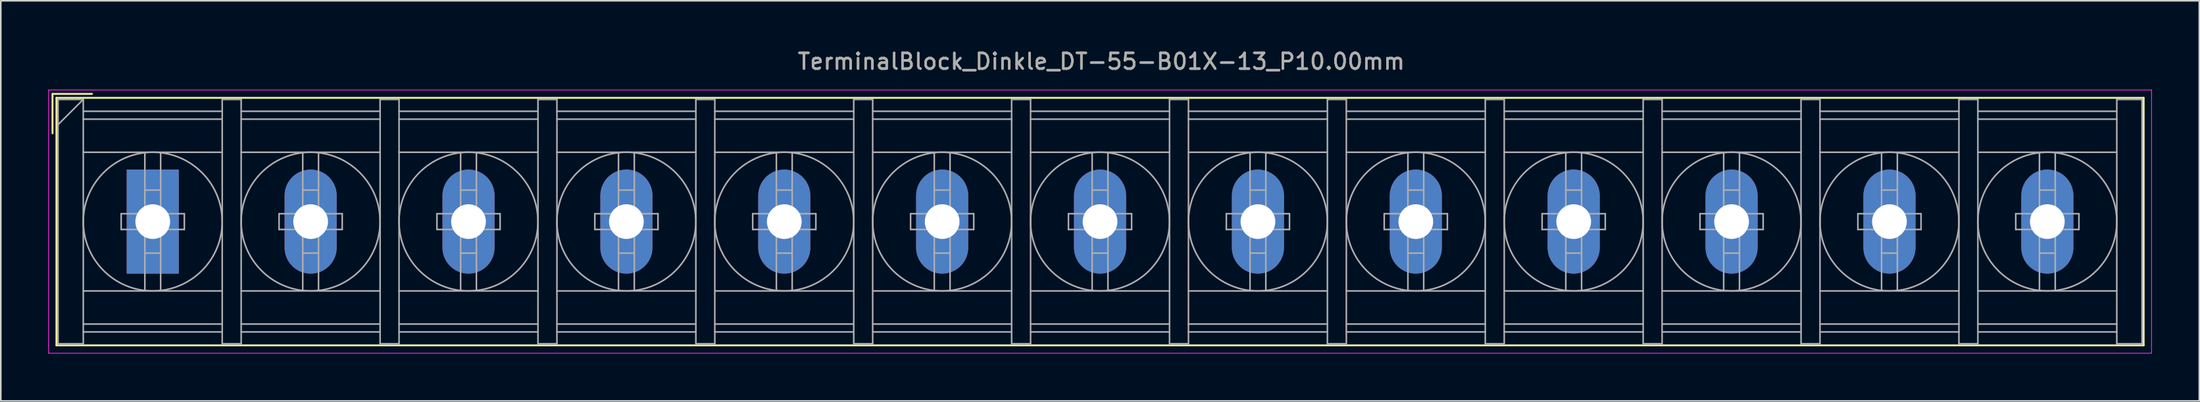
<source format=kicad_pcb>
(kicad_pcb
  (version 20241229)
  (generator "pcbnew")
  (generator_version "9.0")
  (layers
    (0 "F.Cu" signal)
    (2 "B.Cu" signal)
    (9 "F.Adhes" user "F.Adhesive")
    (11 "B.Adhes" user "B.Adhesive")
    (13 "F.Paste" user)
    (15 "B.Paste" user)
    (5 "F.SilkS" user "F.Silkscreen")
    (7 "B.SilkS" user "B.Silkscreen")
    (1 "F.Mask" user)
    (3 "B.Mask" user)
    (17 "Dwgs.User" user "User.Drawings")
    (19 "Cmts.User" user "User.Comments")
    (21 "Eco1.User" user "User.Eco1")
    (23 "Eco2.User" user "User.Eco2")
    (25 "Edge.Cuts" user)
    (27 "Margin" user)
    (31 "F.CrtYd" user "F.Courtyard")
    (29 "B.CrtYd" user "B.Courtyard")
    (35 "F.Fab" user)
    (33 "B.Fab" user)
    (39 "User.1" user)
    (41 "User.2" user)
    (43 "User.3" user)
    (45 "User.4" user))
  (footprint "TerminalBlock_Dinkle_DT-55-B01X-13_P10.00mm"
    (layer "F.Cu")
    (at 6.625 11.008)
    (property "Reference" "TerminalBlock_Dinkle_DT-55-B01X-13_P10.00mm" (at 60.08 -10.16 0) (layer "F.SilkS") (effects (font (size 1 1) (thickness 0.15))))
    (attr through_hole)
    (fp_line (start -6.35 -8.1) (end -3.85 -8.1) (stroke (width 0.12) (type solid)) (layer "F.SilkS"))
    (fp_line (start -6.35 -5.6) (end -6.35 -8.1) (stroke (width 0.12) (type solid)) (layer "F.SilkS"))
    (fp_line (start -6.1 -7.85) (end 126.1 -7.85) (stroke (width 0.12) (type solid)) (layer "F.SilkS"))
    (fp_line (start -6.1 7.85) (end -6.1 -7.85) (stroke (width 0.12) (type solid)) (layer "F.SilkS"))
    (fp_line (start -6.1 7.85) (end 126.1 7.85) (stroke (width 0.12) (type solid)) (layer "F.SilkS"))
    (fp_line (start 126.1 -7.85) (end 126.1 7.85) (stroke (width 0.12) (type solid)) (layer "F.SilkS"))
    (fp_line (start -6.6 -8.35) (end 126.6 -8.35) (stroke (width 0.05) (type solid)) (layer "F.CrtYd"))
    (fp_line (start -6.6 8.35) (end -6.6 -8.35) (stroke (width 0.05) (type solid)) (layer "F.CrtYd"))
    (fp_line (start -6.6 8.35) (end 126.6 8.35) (stroke (width 0.05) (type solid)) (layer "F.CrtYd"))
    (fp_line (start 126.6 -8.35) (end 126.6 8.35) (stroke (width 0.05) (type solid)) (layer "F.CrtYd"))
    (fp_line (start -6 -7.75) (end -6 7.75) (stroke (width 0.1) (type solid)) (layer "F.Fab"))
    (fp_line (start -6 -7.75) (end -4.4 -7.75) (stroke (width 0.1) (type solid)) (layer "F.Fab"))
    (fp_line (start -6 7.75) (end -4.4 7.75) (stroke (width 0.1) (type solid)) (layer "F.Fab"))
    (fp_line (start -4.4 -7.75) (end -6 -6.15) (stroke (width 0.1) (type solid)) (layer "F.Fab"))
    (fp_line (start -4.4 -7.75) (end -4.4 7.75) (stroke (width 0.1) (type solid)) (layer "F.Fab"))
    (fp_line (start -4.4 -7) (end 4.4 -7) (stroke (width 0.1) (type solid)) (layer "F.Fab"))
    (fp_line (start -4.4 -6.5) (end 4.4 -6.5) (stroke (width 0.1) (type solid)) (layer "F.Fab"))
    (fp_line (start -4.4 -4.4) (end 4.4 -4.4) (stroke (width 0.1) (type solid)) (layer "F.Fab"))
    (fp_line (start -4.4 4.4) (end 4.4 4.4) (stroke (width 0.1) (type solid)) (layer "F.Fab"))
    (fp_line (start -4.4 6.5) (end 4.4 6.5) (stroke (width 0.1) (type solid)) (layer "F.Fab"))
    (fp_line (start -4.4 7) (end 4.4 7) (stroke (width 0.1) (type solid)) (layer "F.Fab"))
    (fp_line (start -2 -0.5) (end -2 0.5) (stroke (width 0.1) (type solid)) (layer "F.Fab"))
    (fp_line (start -2 0.5) (end -0.5 0.5) (stroke (width 0.1) (type solid)) (layer "F.Fab"))
    (fp_line (start -0.5 -4.35) (end -0.5 -0.5) (stroke (width 0.1) (type solid)) (layer "F.Fab"))
    (fp_line (start -0.5 -2) (end 0.5 -2) (stroke (width 0.1) (type solid)) (layer "F.Fab"))
    (fp_line (start -0.5 -0.5) (end -2 -0.5) (stroke (width 0.1) (type solid)) (layer "F.Fab"))
    (fp_line (start -0.5 0.5) (end -0.5 4.35) (stroke (width 0.1) (type solid)) (layer "F.Fab"))
    (fp_line (start -0.5 2) (end 0.5 2) (stroke (width 0.1) (type solid)) (layer "F.Fab"))
    (fp_line (start 0.5 -4.35) (end 0.5 -0.5) (stroke (width 0.1) (type solid)) (layer "F.Fab"))
    (fp_line (start 0.5 -0.5) (end 2 -0.5) (stroke (width 0.1) (type solid)) (layer "F.Fab"))
    (fp_line (start 0.5 0.5) (end 0.5 4.35) (stroke (width 0.1) (type solid)) (layer "F.Fab"))
    (fp_line (start 2 -0.5) (end 2 0.5) (stroke (width 0.1) (type solid)) (layer "F.Fab"))
    (fp_line (start 2 0.5) (end 0.5 0.5) (stroke (width 0.1) (type solid)) (layer "F.Fab"))
    (fp_line (start 4.4 -7.75) (end 4.4 7.75) (stroke (width 0.1) (type solid)) (layer "F.Fab"))
    (fp_line (start 4.4 -7.75) (end 5.6 -7.75) (stroke (width 0.1) (type solid)) (layer "F.Fab"))
    (fp_line (start 4.4 7.75) (end 5.6 7.75) (stroke (width 0.1) (type solid)) (layer "F.Fab"))
    (fp_line (start 5.6 -7.75) (end 5.6 7.75) (stroke (width 0.1) (type solid)) (layer "F.Fab"))
    (fp_line (start 5.6 -7) (end 14.4 -7) (stroke (width 0.1) (type solid)) (layer "F.Fab"))
    (fp_line (start 5.6 -6.5) (end 14.4 -6.5) (stroke (width 0.1) (type solid)) (layer "F.Fab"))
    (fp_line (start 5.6 -4.4) (end 14.4 -4.4) (stroke (width 0.1) (type solid)) (layer "F.Fab"))
    (fp_line (start 5.6 4.4) (end 14.4 4.4) (stroke (width 0.1) (type solid)) (layer "F.Fab"))
    (fp_line (start 5.6 6.5) (end 14.4 6.5) (stroke (width 0.1) (type solid)) (layer "F.Fab"))
    (fp_line (start 5.6 7) (end 14.4 7) (stroke (width 0.1) (type solid)) (layer "F.Fab"))
    (fp_line (start 8 -0.5) (end 8 0.5) (stroke (width 0.1) (type solid)) (layer "F.Fab"))
    (fp_line (start 8 0.5) (end 9.5 0.5) (stroke (width 0.1) (type solid)) (layer "F.Fab"))
    (fp_line (start 9.5 -4.35) (end 9.5 -0.5) (stroke (width 0.1) (type solid)) (layer "F.Fab"))
    (fp_line (start 9.5 -2) (end 10.5 -2) (stroke (width 0.1) (type solid)) (layer "F.Fab"))
    (fp_line (start 9.5 -0.5) (end 8 -0.5) (stroke (width 0.1) (type solid)) (layer "F.Fab"))
    (fp_line (start 9.5 0.5) (end 9.5 4.35) (stroke (width 0.1) (type solid)) (layer "F.Fab"))
    (fp_line (start 9.5 2) (end 10.5 2) (stroke (width 0.1) (type solid)) (layer "F.Fab"))
    (fp_line (start 10.5 -4.35) (end 10.5 -0.5) (stroke (width 0.1) (type solid)) (layer "F.Fab"))
    (fp_line (start 10.5 -0.5) (end 12 -0.5) (stroke (width 0.1) (type solid)) (layer "F.Fab"))
    (fp_line (start 10.5 0.5) (end 10.5 4.35) (stroke (width 0.1) (type solid)) (layer "F.Fab"))
    (fp_line (start 12 -0.5) (end 12 0.5) (stroke (width 0.1) (type solid)) (layer "F.Fab"))
    (fp_line (start 12 0.5) (end 10.5 0.5) (stroke (width 0.1) (type solid)) (layer "F.Fab"))
    (fp_line (start 14.4 -7.75) (end 14.4 7.75) (stroke (width 0.1) (type solid)) (layer "F.Fab"))
    (fp_line (start 14.4 -7.75) (end 15.6 -7.75) (stroke (width 0.1) (type solid)) (layer "F.Fab"))
    (fp_line (start 14.4 7.75) (end 15.6 7.75) (stroke (width 0.1) (type solid)) (layer "F.Fab"))
    (fp_line (start 15.6 -7.75) (end 15.6 7.75) (stroke (width 0.1) (type solid)) (layer "F.Fab"))
    (fp_line (start 15.6 -7) (end 24.4 -7) (stroke (width 0.1) (type solid)) (layer "F.Fab"))
    (fp_line (start 15.6 -6.5) (end 24.4 -6.5) (stroke (width 0.1) (type solid)) (layer "F.Fab"))
    (fp_line (start 15.6 -4.4) (end 24.4 -4.4) (stroke (width 0.1) (type solid)) (layer "F.Fab"))
    (fp_line (start 15.6 4.4) (end 24.4 4.4) (stroke (width 0.1) (type solid)) (layer "F.Fab"))
    (fp_line (start 15.6 6.5) (end 24.4 6.5) (stroke (width 0.1) (type solid)) (layer "F.Fab"))
    (fp_line (start 15.6 7) (end 24.4 7) (stroke (width 0.1) (type solid)) (layer "F.Fab"))
    (fp_line (start 18 -0.5) (end 18 0.5) (stroke (width 0.1) (type solid)) (layer "F.Fab"))
    (fp_line (start 18 0.5) (end 19.5 0.5) (stroke (width 0.1) (type solid)) (layer "F.Fab"))
    (fp_line (start 19.5 -4.35) (end 19.5 -0.5) (stroke (width 0.1) (type solid)) (layer "F.Fab"))
    (fp_line (start 19.5 -2) (end 20.5 -2) (stroke (width 0.1) (type solid)) (layer "F.Fab"))
    (fp_line (start 19.5 -0.5) (end 18 -0.5) (stroke (width 0.1) (type solid)) (layer "F.Fab"))
    (fp_line (start 19.5 0.5) (end 19.5 4.35) (stroke (width 0.1) (type solid)) (layer "F.Fab"))
    (fp_line (start 19.5 2) (end 20.5 2) (stroke (width 0.1) (type solid)) (layer "F.Fab"))
    (fp_line (start 20.5 -4.35) (end 20.5 -0.5) (stroke (width 0.1) (type solid)) (layer "F.Fab"))
    (fp_line (start 20.5 -0.5) (end 22 -0.5) (stroke (width 0.1) (type solid)) (layer "F.Fab"))
    (fp_line (start 20.5 0.5) (end 20.5 4.35) (stroke (width 0.1) (type solid)) (layer "F.Fab"))
    (fp_line (start 22 -0.5) (end 22 0.5) (stroke (width 0.1) (type solid)) (layer "F.Fab"))
    (fp_line (start 22 0.5) (end 20.5 0.5) (stroke (width 0.1) (type solid)) (layer "F.Fab"))
    (fp_line (start 24.4 -7.75) (end 24.4 7.75) (stroke (width 0.1) (type solid)) (layer "F.Fab"))
    (fp_line (start 24.4 -7.75) (end 25.6 -7.75) (stroke (width 0.1) (type solid)) (layer "F.Fab"))
    (fp_line (start 24.4 7.75) (end 25.6 7.75) (stroke (width 0.1) (type solid)) (layer "F.Fab"))
    (fp_line (start 25.6 -7.75) (end 25.6 7.75) (stroke (width 0.1) (type solid)) (layer "F.Fab"))
    (fp_line (start 25.6 -7) (end 34.4 -7) (stroke (width 0.1) (type solid)) (layer "F.Fab"))
    (fp_line (start 25.6 -6.5) (end 34.4 -6.5) (stroke (width 0.1) (type solid)) (layer "F.Fab"))
    (fp_line (start 25.6 -4.4) (end 34.4 -4.4) (stroke (width 0.1) (type solid)) (layer "F.Fab"))
    (fp_line (start 25.6 4.4) (end 34.4 4.4) (stroke (width 0.1) (type solid)) (layer "F.Fab"))
    (fp_line (start 25.6 6.5) (end 34.4 6.5) (stroke (width 0.1) (type solid)) (layer "F.Fab"))
    (fp_line (start 25.6 7) (end 34.4 7) (stroke (width 0.1) (type solid)) (layer "F.Fab"))
    (fp_line (start 28 -0.5) (end 28 0.5) (stroke (width 0.1) (type solid)) (layer "F.Fab"))
    (fp_line (start 28 0.5) (end 29.5 0.5) (stroke (width 0.1) (type solid)) (layer "F.Fab"))
    (fp_line (start 29.5 -4.35) (end 29.5 -0.5) (stroke (width 0.1) (type solid)) (layer "F.Fab"))
    (fp_line (start 29.5 -2) (end 30.5 -2) (stroke (width 0.1) (type solid)) (layer "F.Fab"))
    (fp_line (start 29.5 -0.5) (end 28 -0.5) (stroke (width 0.1) (type solid)) (layer "F.Fab"))
    (fp_line (start 29.5 0.5) (end 29.5 4.35) (stroke (width 0.1) (type solid)) (layer "F.Fab"))
    (fp_line (start 29.5 2) (end 30.5 2) (stroke (width 0.1) (type solid)) (layer "F.Fab"))
    (fp_line (start 30.5 -4.35) (end 30.5 -0.5) (stroke (width 0.1) (type solid)) (layer "F.Fab"))
    (fp_line (start 30.5 -0.5) (end 32 -0.5) (stroke (width 0.1) (type solid)) (layer "F.Fab"))
    (fp_line (start 30.5 0.5) (end 30.5 4.35) (stroke (width 0.1) (type solid)) (layer "F.Fab"))
    (fp_line (start 32 -0.5) (end 32 0.5) (stroke (width 0.1) (type solid)) (layer "F.Fab"))
    (fp_line (start 32 0.5) (end 30.5 0.5) (stroke (width 0.1) (type solid)) (layer "F.Fab"))
    (fp_line (start 34.4 -7.75) (end 34.4 7.75) (stroke (width 0.1) (type solid)) (layer "F.Fab"))
    (fp_line (start 34.4 -7.75) (end 35.6 -7.75) (stroke (width 0.1) (type solid)) (layer "F.Fab"))
    (fp_line (start 34.4 7.75) (end 35.6 7.75) (stroke (width 0.1) (type solid)) (layer "F.Fab"))
    (fp_line (start 35.6 -7.75) (end 35.6 7.75) (stroke (width 0.1) (type solid)) (layer "F.Fab"))
    (fp_line (start 35.6 -7) (end 44.4 -7) (stroke (width 0.1) (type solid)) (layer "F.Fab"))
    (fp_line (start 35.6 -6.5) (end 44.4 -6.5) (stroke (width 0.1) (type solid)) (layer "F.Fab"))
    (fp_line (start 35.6 -4.4) (end 44.4 -4.4) (stroke (width 0.1) (type solid)) (layer "F.Fab"))
    (fp_line (start 35.6 4.4) (end 44.4 4.4) (stroke (width 0.1) (type solid)) (layer "F.Fab"))
    (fp_line (start 35.6 6.5) (end 44.4 6.5) (stroke (width 0.1) (type solid)) (layer "F.Fab"))
    (fp_line (start 35.6 7) (end 44.4 7) (stroke (width 0.1) (type solid)) (layer "F.Fab"))
    (fp_line (start 38 -0.5) (end 38 0.5) (stroke (width 0.1) (type solid)) (layer "F.Fab"))
    (fp_line (start 38 0.5) (end 39.5 0.5) (stroke (width 0.1) (type solid)) (layer "F.Fab"))
    (fp_line (start 39.5 -4.35) (end 39.5 -0.5) (stroke (width 0.1) (type solid)) (layer "F.Fab"))
    (fp_line (start 39.5 -2) (end 40.5 -2) (stroke (width 0.1) (type solid)) (layer "F.Fab"))
    (fp_line (start 39.5 -0.5) (end 38 -0.5) (stroke (width 0.1) (type solid)) (layer "F.Fab"))
    (fp_line (start 39.5 0.5) (end 39.5 4.35) (stroke (width 0.1) (type solid)) (layer "F.Fab"))
    (fp_line (start 39.5 2) (end 40.5 2) (stroke (width 0.1) (type solid)) (layer "F.Fab"))
    (fp_line (start 40.5 -4.35) (end 40.5 -0.5) (stroke (width 0.1) (type solid)) (layer "F.Fab"))
    (fp_line (start 40.5 -0.5) (end 42 -0.5) (stroke (width 0.1) (type solid)) (layer "F.Fab"))
    (fp_line (start 40.5 0.5) (end 40.5 4.35) (stroke (width 0.1) (type solid)) (layer "F.Fab"))
    (fp_line (start 42 -0.5) (end 42 0.5) (stroke (width 0.1) (type solid)) (layer "F.Fab"))
    (fp_line (start 42 0.5) (end 40.5 0.5) (stroke (width 0.1) (type solid)) (layer "F.Fab"))
    (fp_line (start 44.4 -7.75) (end 44.4 7.75) (stroke (width 0.1) (type solid)) (layer "F.Fab"))
    (fp_line (start 44.4 -7.75) (end 45.6 -7.75) (stroke (width 0.1) (type solid)) (layer "F.Fab"))
    (fp_line (start 44.4 7.75) (end 45.6 7.75) (stroke (width 0.1) (type solid)) (layer "F.Fab"))
    (fp_line (start 45.6 -7.75) (end 45.6 7.75) (stroke (width 0.1) (type solid)) (layer "F.Fab"))
    (fp_line (start 45.6 -7) (end 54.4 -7) (stroke (width 0.1) (type solid)) (layer "F.Fab"))
    (fp_line (start 45.6 -6.5) (end 54.4 -6.5) (stroke (width 0.1) (type solid)) (layer "F.Fab"))
    (fp_line (start 45.6 -4.4) (end 54.4 -4.4) (stroke (width 0.1) (type solid)) (layer "F.Fab"))
    (fp_line (start 45.6 4.4) (end 54.4 4.4) (stroke (width 0.1) (type solid)) (layer "F.Fab"))
    (fp_line (start 45.6 6.5) (end 54.4 6.5) (stroke (width 0.1) (type solid)) (layer "F.Fab"))
    (fp_line (start 45.6 7) (end 54.4 7) (stroke (width 0.1) (type solid)) (layer "F.Fab"))
    (fp_line (start 48 -0.5) (end 48 0.5) (stroke (width 0.1) (type solid)) (layer "F.Fab"))
    (fp_line (start 48 0.5) (end 49.5 0.5) (stroke (width 0.1) (type solid)) (layer "F.Fab"))
    (fp_line (start 49.5 -4.35) (end 49.5 -0.5) (stroke (width 0.1) (type solid)) (layer "F.Fab"))
    (fp_line (start 49.5 -2) (end 50.5 -2) (stroke (width 0.1) (type solid)) (layer "F.Fab"))
    (fp_line (start 49.5 -0.5) (end 48 -0.5) (stroke (width 0.1) (type solid)) (layer "F.Fab"))
    (fp_line (start 49.5 0.5) (end 49.5 4.35) (stroke (width 0.1) (type solid)) (layer "F.Fab"))
    (fp_line (start 49.5 2) (end 50.5 2) (stroke (width 0.1) (type solid)) (layer "F.Fab"))
    (fp_line (start 50.5 -4.35) (end 50.5 -0.5) (stroke (width 0.1) (type solid)) (layer "F.Fab"))
    (fp_line (start 50.5 -0.5) (end 52 -0.5) (stroke (width 0.1) (type solid)) (layer "F.Fab"))
    (fp_line (start 50.5 0.5) (end 50.5 4.35) (stroke (width 0.1) (type solid)) (layer "F.Fab"))
    (fp_line (start 52 -0.5) (end 52 0.5) (stroke (width 0.1) (type solid)) (layer "F.Fab"))
    (fp_line (start 52 0.5) (end 50.5 0.5) (stroke (width 0.1) (type solid)) (layer "F.Fab"))
    (fp_line (start 54.4 -7.75) (end 54.4 7.75) (stroke (width 0.1) (type solid)) (layer "F.Fab"))
    (fp_line (start 54.4 -7.75) (end 55.6 -7.75) (stroke (width 0.1) (type solid)) (layer "F.Fab"))
    (fp_line (start 54.4 7.75) (end 55.6 7.75) (stroke (width 0.1) (type solid)) (layer "F.Fab"))
    (fp_line (start 55.6 -7.75) (end 55.6 7.75) (stroke (width 0.1) (type solid)) (layer "F.Fab"))
    (fp_line (start 55.6 -7) (end 64.4 -7) (stroke (width 0.1) (type solid)) (layer "F.Fab"))
    (fp_line (start 55.6 -6.5) (end 64.4 -6.5) (stroke (width 0.1) (type solid)) (layer "F.Fab"))
    (fp_line (start 55.6 -4.4) (end 64.4 -4.4) (stroke (width 0.1) (type solid)) (layer "F.Fab"))
    (fp_line (start 55.6 4.4) (end 64.4 4.4) (stroke (width 0.1) (type solid)) (layer "F.Fab"))
    (fp_line (start 55.6 6.5) (end 64.4 6.5) (stroke (width 0.1) (type solid)) (layer "F.Fab"))
    (fp_line (start 55.6 7) (end 64.4 7) (stroke (width 0.1) (type solid)) (layer "F.Fab"))
    (fp_line (start 58 -0.5) (end 58 0.5) (stroke (width 0.1) (type solid)) (layer "F.Fab"))
    (fp_line (start 58 0.5) (end 59.5 0.5) (stroke (width 0.1) (type solid)) (layer "F.Fab"))
    (fp_line (start 59.5 -4.35) (end 59.5 -0.5) (stroke (width 0.1) (type solid)) (layer "F.Fab"))
    (fp_line (start 59.5 -2) (end 60.5 -2) (stroke (width 0.1) (type solid)) (layer "F.Fab"))
    (fp_line (start 59.5 -0.5) (end 58 -0.5) (stroke (width 0.1) (type solid)) (layer "F.Fab"))
    (fp_line (start 59.5 0.5) (end 59.5 4.35) (stroke (width 0.1) (type solid)) (layer "F.Fab"))
    (fp_line (start 59.5 2) (end 60.5 2) (stroke (width 0.1) (type solid)) (layer "F.Fab"))
    (fp_line (start 60.5 -4.35) (end 60.5 -0.5) (stroke (width 0.1) (type solid)) (layer "F.Fab"))
    (fp_line (start 60.5 -0.5) (end 62 -0.5) (stroke (width 0.1) (type solid)) (layer "F.Fab"))
    (fp_line (start 60.5 0.5) (end 60.5 4.35) (stroke (width 0.1) (type solid)) (layer "F.Fab"))
    (fp_line (start 62 -0.5) (end 62 0.5) (stroke (width 0.1) (type solid)) (layer "F.Fab"))
    (fp_line (start 62 0.5) (end 60.5 0.5) (stroke (width 0.1) (type solid)) (layer "F.Fab"))
    (fp_line (start 64.4 -7.75) (end 64.4 7.75) (stroke (width 0.1) (type solid)) (layer "F.Fab"))
    (fp_line (start 64.4 -7.75) (end 65.6 -7.75) (stroke (width 0.1) (type solid)) (layer "F.Fab"))
    (fp_line (start 64.4 7.75) (end 65.6 7.75) (stroke (width 0.1) (type solid)) (layer "F.Fab"))
    (fp_line (start 65.6 -7.75) (end 65.6 7.75) (stroke (width 0.1) (type solid)) (layer "F.Fab"))
    (fp_line (start 65.6 -7) (end 74.4 -7) (stroke (width 0.1) (type solid)) (layer "F.Fab"))
    (fp_line (start 65.6 -6.5) (end 74.4 -6.5) (stroke (width 0.1) (type solid)) (layer "F.Fab"))
    (fp_line (start 65.6 -4.4) (end 74.4 -4.4) (stroke (width 0.1) (type solid)) (layer "F.Fab"))
    (fp_line (start 65.6 4.4) (end 74.4 4.4) (stroke (width 0.1) (type solid)) (layer "F.Fab"))
    (fp_line (start 65.6 6.5) (end 74.4 6.5) (stroke (width 0.1) (type solid)) (layer "F.Fab"))
    (fp_line (start 65.6 7) (end 74.4 7) (stroke (width 0.1) (type solid)) (layer "F.Fab"))
    (fp_line (start 68 -0.5) (end 68 0.5) (stroke (width 0.1) (type solid)) (layer "F.Fab"))
    (fp_line (start 68 0.5) (end 69.5 0.5) (stroke (width 0.1) (type solid)) (layer "F.Fab"))
    (fp_line (start 69.5 -4.35) (end 69.5 -0.5) (stroke (width 0.1) (type solid)) (layer "F.Fab"))
    (fp_line (start 69.5 -2) (end 70.5 -2) (stroke (width 0.1) (type solid)) (layer "F.Fab"))
    (fp_line (start 69.5 -0.5) (end 68 -0.5) (stroke (width 0.1) (type solid)) (layer "F.Fab"))
    (fp_line (start 69.5 0.5) (end 69.5 4.35) (stroke (width 0.1) (type solid)) (layer "F.Fab"))
    (fp_line (start 69.5 2) (end 70.5 2) (stroke (width 0.1) (type solid)) (layer "F.Fab"))
    (fp_line (start 70.5 -4.35) (end 70.5 -0.5) (stroke (width 0.1) (type solid)) (layer "F.Fab"))
    (fp_line (start 70.5 -0.5) (end 72 -0.5) (stroke (width 0.1) (type solid)) (layer "F.Fab"))
    (fp_line (start 70.5 0.5) (end 70.5 4.35) (stroke (width 0.1) (type solid)) (layer "F.Fab"))
    (fp_line (start 72 -0.5) (end 72 0.5) (stroke (width 0.1) (type solid)) (layer "F.Fab"))
    (fp_line (start 72 0.5) (end 70.5 0.5) (stroke (width 0.1) (type solid)) (layer "F.Fab"))
    (fp_line (start 74.4 -7.75) (end 74.4 7.75) (stroke (width 0.1) (type solid)) (layer "F.Fab"))
    (fp_line (start 74.4 -7.75) (end 75.6 -7.75) (stroke (width 0.1) (type solid)) (layer "F.Fab"))
    (fp_line (start 74.4 7.75) (end 75.6 7.75) (stroke (width 0.1) (type solid)) (layer "F.Fab"))
    (fp_line (start 75.6 -7.75) (end 75.6 7.75) (stroke (width 0.1) (type solid)) (layer "F.Fab"))
    (fp_line (start 75.6 -7) (end 84.4 -7) (stroke (width 0.1) (type solid)) (layer "F.Fab"))
    (fp_line (start 75.6 -6.5) (end 84.4 -6.5) (stroke (width 0.1) (type solid)) (layer "F.Fab"))
    (fp_line (start 75.6 -4.4) (end 84.4 -4.4) (stroke (width 0.1) (type solid)) (layer "F.Fab"))
    (fp_line (start 75.6 4.4) (end 84.4 4.4) (stroke (width 0.1) (type solid)) (layer "F.Fab"))
    (fp_line (start 75.6 6.5) (end 84.4 6.5) (stroke (width 0.1) (type solid)) (layer "F.Fab"))
    (fp_line (start 75.6 7) (end 84.4 7) (stroke (width 0.1) (type solid)) (layer "F.Fab"))
    (fp_line (start 78 -0.5) (end 78 0.5) (stroke (width 0.1) (type solid)) (layer "F.Fab"))
    (fp_line (start 78 0.5) (end 79.5 0.5) (stroke (width 0.1) (type solid)) (layer "F.Fab"))
    (fp_line (start 79.5 -4.35) (end 79.5 -0.5) (stroke (width 0.1) (type solid)) (layer "F.Fab"))
    (fp_line (start 79.5 -2) (end 80.5 -2) (stroke (width 0.1) (type solid)) (layer "F.Fab"))
    (fp_line (start 79.5 -0.5) (end 78 -0.5) (stroke (width 0.1) (type solid)) (layer "F.Fab"))
    (fp_line (start 79.5 0.5) (end 79.5 4.35) (stroke (width 0.1) (type solid)) (layer "F.Fab"))
    (fp_line (start 79.5 2) (end 80.5 2) (stroke (width 0.1) (type solid)) (layer "F.Fab"))
    (fp_line (start 80.5 -4.35) (end 80.5 -0.5) (stroke (width 0.1) (type solid)) (layer "F.Fab"))
    (fp_line (start 80.5 -0.5) (end 82 -0.5) (stroke (width 0.1) (type solid)) (layer "F.Fab"))
    (fp_line (start 80.5 0.5) (end 80.5 4.35) (stroke (width 0.1) (type solid)) (layer "F.Fab"))
    (fp_line (start 82 -0.5) (end 82 0.5) (stroke (width 0.1) (type solid)) (layer "F.Fab"))
    (fp_line (start 82 0.5) (end 80.5 0.5) (stroke (width 0.1) (type solid)) (layer "F.Fab"))
    (fp_line (start 84.4 -7.75) (end 84.4 7.75) (stroke (width 0.1) (type solid)) (layer "F.Fab"))
    (fp_line (start 84.4 -7.75) (end 85.6 -7.75) (stroke (width 0.1) (type solid)) (layer "F.Fab"))
    (fp_line (start 84.4 7.75) (end 85.6 7.75) (stroke (width 0.1) (type solid)) (layer "F.Fab"))
    (fp_line (start 85.6 -7.75) (end 85.6 7.75) (stroke (width 0.1) (type solid)) (layer "F.Fab"))
    (fp_line (start 85.6 -7) (end 94.4 -7) (stroke (width 0.1) (type solid)) (layer "F.Fab"))
    (fp_line (start 85.6 -6.5) (end 94.4 -6.5) (stroke (width 0.1) (type solid)) (layer "F.Fab"))
    (fp_line (start 85.6 -4.4) (end 94.4 -4.4) (stroke (width 0.1) (type solid)) (layer "F.Fab"))
    (fp_line (start 85.6 4.4) (end 94.4 4.4) (stroke (width 0.1) (type solid)) (layer "F.Fab"))
    (fp_line (start 85.6 6.5) (end 94.4 6.5) (stroke (width 0.1) (type solid)) (layer "F.Fab"))
    (fp_line (start 85.6 7) (end 94.4 7) (stroke (width 0.1) (type solid)) (layer "F.Fab"))
    (fp_line (start 88 -0.5) (end 88 0.5) (stroke (width 0.1) (type solid)) (layer "F.Fab"))
    (fp_line (start 88 0.5) (end 89.5 0.5) (stroke (width 0.1) (type solid)) (layer "F.Fab"))
    (fp_line (start 89.5 -4.35) (end 89.5 -0.5) (stroke (width 0.1) (type solid)) (layer "F.Fab"))
    (fp_line (start 89.5 -2) (end 90.5 -2) (stroke (width 0.1) (type solid)) (layer "F.Fab"))
    (fp_line (start 89.5 -0.5) (end 88 -0.5) (stroke (width 0.1) (type solid)) (layer "F.Fab"))
    (fp_line (start 89.5 0.5) (end 89.5 4.35) (stroke (width 0.1) (type solid)) (layer "F.Fab"))
    (fp_line (start 89.5 2) (end 90.5 2) (stroke (width 0.1) (type solid)) (layer "F.Fab"))
    (fp_line (start 90.5 -4.35) (end 90.5 -0.5) (stroke (width 0.1) (type solid)) (layer "F.Fab"))
    (fp_line (start 90.5 -0.5) (end 92 -0.5) (stroke (width 0.1) (type solid)) (layer "F.Fab"))
    (fp_line (start 90.5 0.5) (end 90.5 4.35) (stroke (width 0.1) (type solid)) (layer "F.Fab"))
    (fp_line (start 92 -0.5) (end 92 0.5) (stroke (width 0.1) (type solid)) (layer "F.Fab"))
    (fp_line (start 92 0.5) (end 90.5 0.5) (stroke (width 0.1) (type solid)) (layer "F.Fab"))
    (fp_line (start 94.4 -7.75) (end 94.4 7.75) (stroke (width 0.1) (type solid)) (layer "F.Fab"))
    (fp_line (start 94.4 -7.75) (end 95.6 -7.75) (stroke (width 0.1) (type solid)) (layer "F.Fab"))
    (fp_line (start 94.4 7.75) (end 95.6 7.75) (stroke (width 0.1) (type solid)) (layer "F.Fab"))
    (fp_line (start 95.6 -7.75) (end 95.6 7.75) (stroke (width 0.1) (type solid)) (layer "F.Fab"))
    (fp_line (start 95.6 -7) (end 104.4 -7) (stroke (width 0.1) (type solid)) (layer "F.Fab"))
    (fp_line (start 95.6 -6.5) (end 104.4 -6.5) (stroke (width 0.1) (type solid)) (layer "F.Fab"))
    (fp_line (start 95.6 -4.4) (end 104.4 -4.4) (stroke (width 0.1) (type solid)) (layer "F.Fab"))
    (fp_line (start 95.6 4.4) (end 104.4 4.4) (stroke (width 0.1) (type solid)) (layer "F.Fab"))
    (fp_line (start 95.6 6.5) (end 104.4 6.5) (stroke (width 0.1) (type solid)) (layer "F.Fab"))
    (fp_line (start 95.6 7) (end 104.4 7) (stroke (width 0.1) (type solid)) (layer "F.Fab"))
    (fp_line (start 98 -0.5) (end 98 0.5) (stroke (width 0.1) (type solid)) (layer "F.Fab"))
    (fp_line (start 98 0.5) (end 99.5 0.5) (stroke (width 0.1) (type solid)) (layer "F.Fab"))
    (fp_line (start 99.5 -4.35) (end 99.5 -0.5) (stroke (width 0.1) (type solid)) (layer "F.Fab"))
    (fp_line (start 99.5 -2) (end 100.5 -2) (stroke (width 0.1) (type solid)) (layer "F.Fab"))
    (fp_line (start 99.5 -0.5) (end 98 -0.5) (stroke (width 0.1) (type solid)) (layer "F.Fab"))
    (fp_line (start 99.5 0.5) (end 99.5 4.35) (stroke (width 0.1) (type solid)) (layer "F.Fab"))
    (fp_line (start 99.5 2) (end 100.5 2) (stroke (width 0.1) (type solid)) (layer "F.Fab"))
    (fp_line (start 100.5 -4.35) (end 100.5 -0.5) (stroke (width 0.1) (type solid)) (layer "F.Fab"))
    (fp_line (start 100.5 -0.5) (end 102 -0.5) (stroke (width 0.1) (type solid)) (layer "F.Fab"))
    (fp_line (start 100.5 0.5) (end 100.5 4.35) (stroke (width 0.1) (type solid)) (layer "F.Fab"))
    (fp_line (start 102 -0.5) (end 102 0.5) (stroke (width 0.1) (type solid)) (layer "F.Fab"))
    (fp_line (start 102 0.5) (end 100.5 0.5) (stroke (width 0.1) (type solid)) (layer "F.Fab"))
    (fp_line (start 104.4 -7.75) (end 104.4 7.75) (stroke (width 0.1) (type solid)) (layer "F.Fab"))
    (fp_line (start 104.4 -7.75) (end 105.6 -7.75) (stroke (width 0.1) (type solid)) (layer "F.Fab"))
    (fp_line (start 104.4 7.75) (end 105.6 7.75) (stroke (width 0.1) (type solid)) (layer "F.Fab"))
    (fp_line (start 105.6 -7.75) (end 105.6 7.75) (stroke (width 0.1) (type solid)) (layer "F.Fab"))
    (fp_line (start 105.6 -7) (end 114.4 -7) (stroke (width 0.1) (type solid)) (layer "F.Fab"))
    (fp_line (start 105.6 -6.5) (end 114.4 -6.5) (stroke (width 0.1) (type solid)) (layer "F.Fab"))
    (fp_line (start 105.6 -4.4) (end 114.4 -4.4) (stroke (width 0.1) (type solid)) (layer "F.Fab"))
    (fp_line (start 105.6 4.4) (end 114.4 4.4) (stroke (width 0.1) (type solid)) (layer "F.Fab"))
    (fp_line (start 105.6 6.5) (end 114.4 6.5) (stroke (width 0.1) (type solid)) (layer "F.Fab"))
    (fp_line (start 105.6 7) (end 114.4 7) (stroke (width 0.1) (type solid)) (layer "F.Fab"))
    (fp_line (start 108 -0.5) (end 108 0.5) (stroke (width 0.1) (type solid)) (layer "F.Fab"))
    (fp_line (start 108 0.5) (end 109.5 0.5) (stroke (width 0.1) (type solid)) (layer "F.Fab"))
    (fp_line (start 109.5 -4.35) (end 109.5 -0.5) (stroke (width 0.1) (type solid)) (layer "F.Fab"))
    (fp_line (start 109.5 -2) (end 110.5 -2) (stroke (width 0.1) (type solid)) (layer "F.Fab"))
    (fp_line (start 109.5 -0.5) (end 108 -0.5) (stroke (width 0.1) (type solid)) (layer "F.Fab"))
    (fp_line (start 109.5 0.5) (end 109.5 4.35) (stroke (width 0.1) (type solid)) (layer "F.Fab"))
    (fp_line (start 109.5 2) (end 110.5 2) (stroke (width 0.1) (type solid)) (layer "F.Fab"))
    (fp_line (start 110.5 -4.35) (end 110.5 -0.5) (stroke (width 0.1) (type solid)) (layer "F.Fab"))
    (fp_line (start 110.5 -0.5) (end 112 -0.5) (stroke (width 0.1) (type solid)) (layer "F.Fab"))
    (fp_line (start 110.5 0.5) (end 110.5 4.35) (stroke (width 0.1) (type solid)) (layer "F.Fab"))
    (fp_line (start 112 -0.5) (end 112 0.5) (stroke (width 0.1) (type solid)) (layer "F.Fab"))
    (fp_line (start 112 0.5) (end 110.5 0.5) (stroke (width 0.1) (type solid)) (layer "F.Fab"))
    (fp_line (start 114.4 -7.75) (end 114.4 7.75) (stroke (width 0.1) (type solid)) (layer "F.Fab"))
    (fp_line (start 114.4 -7.75) (end 115.6 -7.75) (stroke (width 0.1) (type solid)) (layer "F.Fab"))
    (fp_line (start 114.4 7.75) (end 115.6 7.75) (stroke (width 0.1) (type solid)) (layer "F.Fab"))
    (fp_line (start 115.6 -7.75) (end 115.6 7.75) (stroke (width 0.1) (type solid)) (layer "F.Fab"))
    (fp_line (start 115.6 -7) (end 124.4 -7) (stroke (width 0.1) (type solid)) (layer "F.Fab"))
    (fp_line (start 115.6 -6.5) (end 124.4 -6.5) (stroke (width 0.1) (type solid)) (layer "F.Fab"))
    (fp_line (start 115.6 -4.4) (end 124.4 -4.4) (stroke (width 0.1) (type solid)) (layer "F.Fab"))
    (fp_line (start 115.6 4.4) (end 124.4 4.4) (stroke (width 0.1) (type solid)) (layer "F.Fab"))
    (fp_line (start 115.6 6.5) (end 124.4 6.5) (stroke (width 0.1) (type solid)) (layer "F.Fab"))
    (fp_line (start 115.6 7) (end 124.4 7) (stroke (width 0.1) (type solid)) (layer "F.Fab"))
    (fp_line (start 118 -0.5) (end 118 0.5) (stroke (width 0.1) (type solid)) (layer "F.Fab"))
    (fp_line (start 118 0.5) (end 119.5 0.5) (stroke (width 0.1) (type solid)) (layer "F.Fab"))
    (fp_line (start 119.5 -4.35) (end 119.5 -0.5) (stroke (width 0.1) (type solid)) (layer "F.Fab"))
    (fp_line (start 119.5 -2) (end 120.5 -2) (stroke (width 0.1) (type solid)) (layer "F.Fab"))
    (fp_line (start 119.5 -0.5) (end 118 -0.5) (stroke (width 0.1) (type solid)) (layer "F.Fab"))
    (fp_line (start 119.5 0.5) (end 119.5 4.35) (stroke (width 0.1) (type solid)) (layer "F.Fab"))
    (fp_line (start 119.5 2) (end 120.5 2) (stroke (width 0.1) (type solid)) (layer "F.Fab"))
    (fp_line (start 120.5 -4.35) (end 120.5 -0.5) (stroke (width 0.1) (type solid)) (layer "F.Fab"))
    (fp_line (start 120.5 -0.5) (end 122 -0.5) (stroke (width 0.1) (type solid)) (layer "F.Fab"))
    (fp_line (start 120.5 0.5) (end 120.5 4.35) (stroke (width 0.1) (type solid)) (layer "F.Fab"))
    (fp_line (start 122 -0.5) (end 122 0.5) (stroke (width 0.1) (type solid)) (layer "F.Fab"))
    (fp_line (start 122 0.5) (end 120.5 0.5) (stroke (width 0.1) (type solid)) (layer "F.Fab"))
    (fp_line (start 124.4 -7.75) (end 124.4 7.75) (stroke (width 0.1) (type solid)) (layer "F.Fab"))
    (fp_line (start 124.4 -7.75) (end 126 -7.75) (stroke (width 0.1) (type solid)) (layer "F.Fab"))
    (fp_line (start 124.4 7.75) (end 126 7.75) (stroke (width 0.1) (type solid)) (layer "F.Fab"))
    (fp_line (start 126 -7.75) (end 126 7.75) (stroke (width 0.1) (type solid)) (layer "F.Fab"))
    (fp_circle (center 0 0) (end 0.5 0.5) (stroke (width 0.1) (type solid)) (fill no) (layer "F.Fab"))
    (fp_circle (center 0 0) (end 4.4 0) (stroke (width 0.1) (type solid)) (fill no) (layer "F.Fab"))
    (fp_circle (center 10 0) (end 10.5 0.5) (stroke (width 0.1) (type solid)) (fill no) (layer "F.Fab"))
    (fp_circle (center 10 0) (end 14.4 0) (stroke (width 0.1) (type solid)) (fill no) (layer "F.Fab"))
    (fp_circle (center 20 0) (end 20.5 0.5) (stroke (width 0.1) (type solid)) (fill no) (layer "F.Fab"))
    (fp_circle (center 20 0) (end 24.4 0) (stroke (width 0.1) (type solid)) (fill no) (layer "F.Fab"))
    (fp_circle (center 30 0) (end 30.5 0.5) (stroke (width 0.1) (type solid)) (fill no) (layer "F.Fab"))
    (fp_circle (center 30 0) (end 34.4 0) (stroke (width 0.1) (type solid)) (fill no) (layer "F.Fab"))
    (fp_circle (center 40 0) (end 40.5 0.5) (stroke (width 0.1) (type solid)) (fill no) (layer "F.Fab"))
    (fp_circle (center 40 0) (end 44.4 0) (stroke (width 0.1) (type solid)) (fill no) (layer "F.Fab"))
    (fp_circle (center 50 0) (end 50.5 0.5) (stroke (width 0.1) (type solid)) (fill no) (layer "F.Fab"))
    (fp_circle (center 50 0) (end 54.4 0) (stroke (width 0.1) (type solid)) (fill no) (layer "F.Fab"))
    (fp_circle (center 60 0) (end 60.5 0.5) (stroke (width 0.1) (type solid)) (fill no) (layer "F.Fab"))
    (fp_circle (center 60 0) (end 64.4 0) (stroke (width 0.1) (type solid)) (fill no) (layer "F.Fab"))
    (fp_circle (center 70 0) (end 70.5 0.5) (stroke (width 0.1) (type solid)) (fill no) (layer "F.Fab"))
    (fp_circle (center 70 0) (end 74.4 0) (stroke (width 0.1) (type solid)) (fill no) (layer "F.Fab"))
    (fp_circle (center 80 0) (end 80.5 0.5) (stroke (width 0.1) (type solid)) (fill no) (layer "F.Fab"))
    (fp_circle (center 80 0) (end 84.4 0) (stroke (width 0.1) (type solid)) (fill no) (layer "F.Fab"))
    (fp_circle (center 90 0) (end 90.5 0.5) (stroke (width 0.1) (type solid)) (fill no) (layer "F.Fab"))
    (fp_circle (center 90 0) (end 94.4 0) (stroke (width 0.1) (type solid)) (fill no) (layer "F.Fab"))
    (fp_circle (center 100 0) (end 100.5 0.5) (stroke (width 0.1) (type solid)) (fill no) (layer "F.Fab"))
    (fp_circle (center 100 0) (end 104.4 0) (stroke (width 0.1) (type solid)) (fill no) (layer "F.Fab"))
    (fp_circle (center 110 0) (end 110.5 0.5) (stroke (width 0.1) (type solid)) (fill no) (layer "F.Fab"))
    (fp_circle (center 110 0) (end 114.4 0) (stroke (width 0.1) (type solid)) (fill no) (layer "F.Fab"))
    (fp_circle (center 120 0) (end 120.5 0.5) (stroke (width 0.1) (type solid)) (fill no) (layer "F.Fab"))
    (fp_circle (center 120 0) (end 124.4 0) (stroke (width 0.1) (type solid)) (fill no) (layer "F.Fab"))
    (fp_text user "${REFERENCE}" (at 60.08 -10.16 0) (layer "F.Fab") (effects (font (size 1 1) (thickness 0.15))))
    (pad "1" thru_hole rect (at 0 0) (size 3.3 6.6) (drill 2.2) (layers "*.Cu" "*.Mask"))
    (pad "2" thru_hole oval (at 10 0) (size 3.3 6.6) (drill 2.2) (layers "*.Cu" "*.Mask"))
    (pad "3" thru_hole oval (at 20 0) (size 3.3 6.6) (drill 2.2) (layers "*.Cu" "*.Mask"))
    (pad "4" thru_hole oval (at 30 0) (size 3.3 6.6) (drill 2.2) (layers "*.Cu" "*.Mask"))
    (pad "5" thru_hole oval (at 40 0) (size 3.3 6.6) (drill 2.2) (layers "*.Cu" "*.Mask"))
    (pad "6" thru_hole oval (at 50 0) (size 3.3 6.6) (drill 2.2) (layers "*.Cu" "*.Mask"))
    (pad "7" thru_hole oval (at 60 0) (size 3.3 6.6) (drill 2.2) (layers "*.Cu" "*.Mask"))
    (pad "8" thru_hole oval (at 70 0) (size 3.3 6.6) (drill 2.2) (layers "*.Cu" "*.Mask"))
    (pad "9" thru_hole oval (at 80 0) (size 3.3 6.6) (drill 2.2) (layers "*.Cu" "*.Mask"))
    (pad "10" thru_hole oval (at 90 0) (size 3.3 6.6) (drill 2.2) (layers "*.Cu" "*.Mask"))
    (pad "11" thru_hole oval (at 100 0) (size 3.3 6.6) (drill 2.2) (layers "*.Cu" "*.Mask"))
    (pad "12" thru_hole oval (at 110 0) (size 3.3 6.6) (drill 2.2) (layers "*.Cu" "*.Mask"))
    (pad "13" thru_hole oval (at 120 0) (size 3.3 6.6) (drill 2.2) (layers "*.Cu" "*.Mask")))
  (gr_rect
    (start -3 -3)
    (end 136.25 22.383)
    (stroke (width 0.1) (type default))
    (fill no)
    (layer "Edge.Cuts")))
</source>
